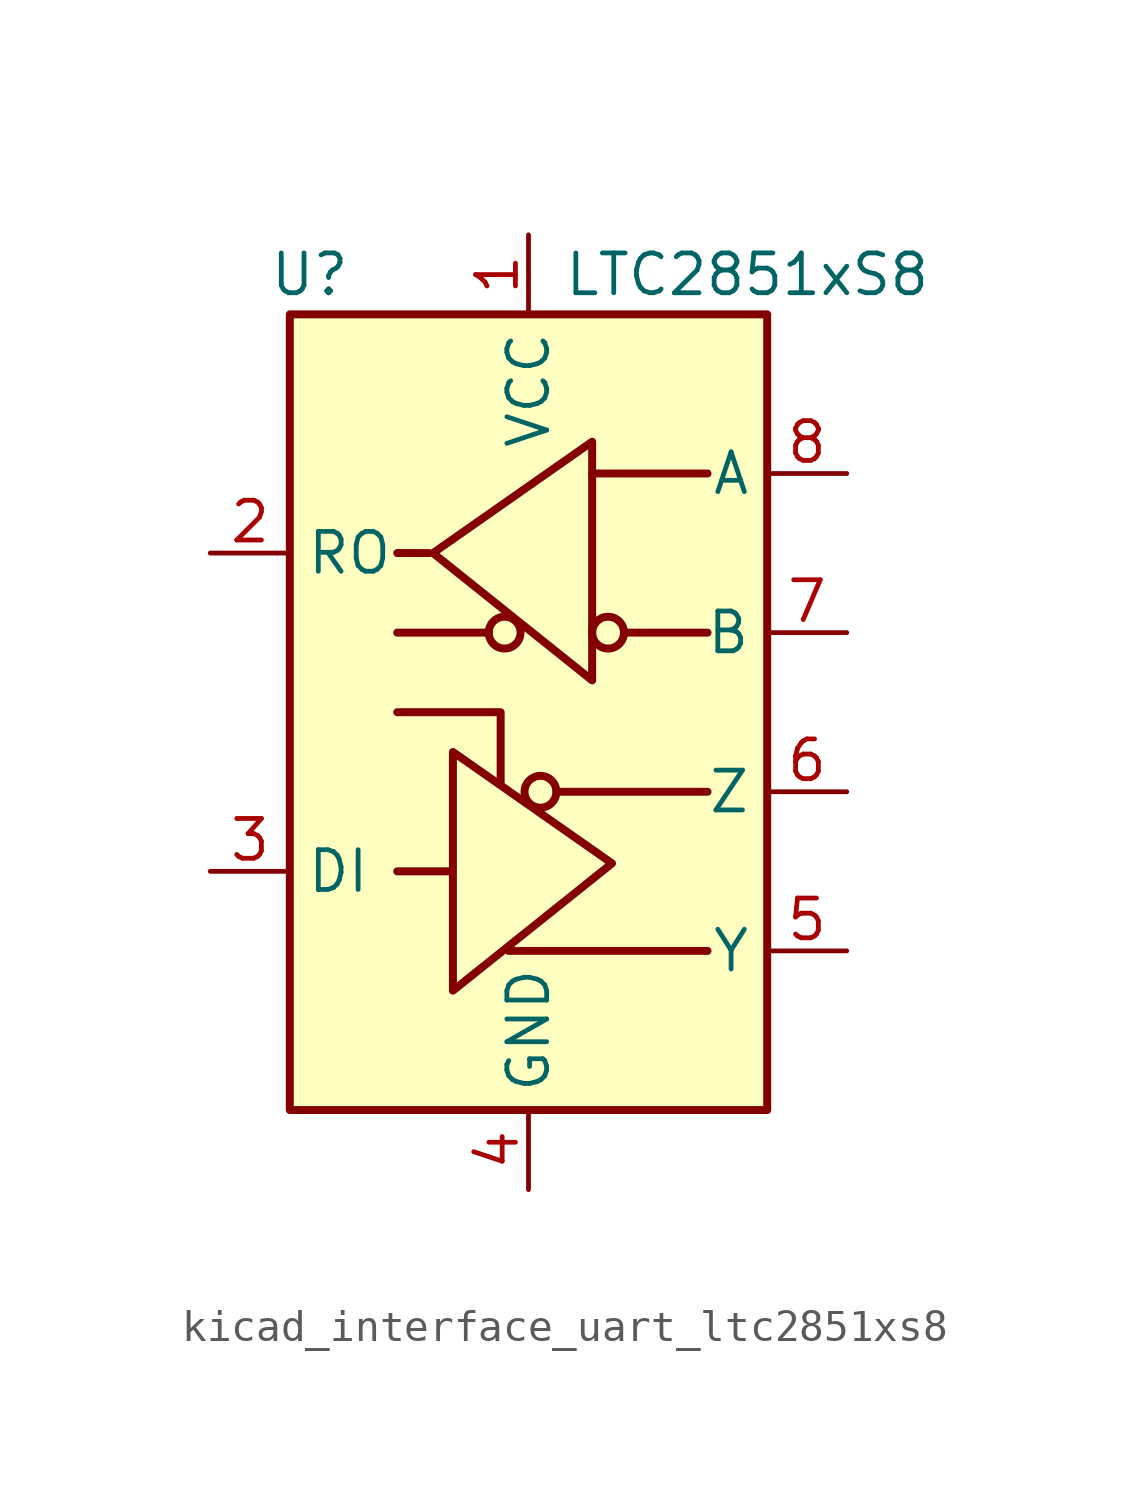
<source format=kicad_sym>
(kicad_symbol_lib
  (version 20220914)
  (generator kicad_symbol_editor)
  (symbol "kicad_interface_uart_ltc2851xs8"
    (property "Reference" "U"
      (at -6.985 13.97 0)
      (effects (font (size 1.27 1.27))))
    (property "Value" "LTC2851xS8"
      (at 6.985 13.97 0)
      (effects (font (size 1.27 1.27))))
    (symbol "kicad_interface_uart_ltc2851xs8_0_1"
      (rectangle (start -7.62 12.7) (end 7.62 -12.7) (stroke (width 0.254) (type default)) (fill (type background))))
    (symbol "kicad_interface_uart_ltc2851xs8_1_1"
      (circle (center -0.762 2.54) (radius 0.508) (stroke (width 0.254) (type default)) (fill (type none)))
      (polyline (pts (xy -4.191 2.54) (xy -1.27 2.54)) (stroke (width 0.254) (type default)) (fill (type none)))
      (polyline (pts (xy -2.54 -5.08) (xy -4.191 -5.08)) (stroke (width 0.254) (type default)) (fill (type none)))
      (polyline (pts (xy -0.635 -7.62) (xy 5.715 -7.62)) (stroke (width 0.254) (type default)) (fill (type none)))
      (polyline (pts (xy 0.889 -2.54) (xy 5.715 -2.54)) (stroke (width 0.254) (type default)) (fill (type none)))
      (polyline (pts (xy 2.032 7.62) (xy 5.715 7.62)) (stroke (width 0.254) (type default)) (fill (type none)))
      (polyline (pts (xy 3.048 2.54) (xy 5.715 2.54)) (stroke (width 0.254) (type default)) (fill (type none)))
      (polyline (pts (xy -4.191 0) (xy -0.889 0) (xy -0.889 -2.286)) (stroke (width 0.254) (type default)) (fill (type none)))
      (polyline (pts (xy -3.175 5.08) (xy -4.191 5.08) (xy -4.064 5.08)) (stroke (width 0.254) (type default)) (fill (type none)))
      (polyline (pts (xy -2.413 -5.08) (xy -2.413 -1.27) (xy 2.667 -4.826) (xy -2.413 -8.89) (xy -2.413 -5.08)) (stroke (width 0.254) (type default)) (fill (type none)))
      (polyline (pts (xy 2.032 4.826) (xy 2.032 8.636) (xy -3.048 5.08) (xy 2.032 1.016) (xy 2.032 4.826)) (stroke (width 0.254) (type default)) (fill (type none)))
      (circle (center 0.381 -2.54) (radius 0.508) (stroke (width 0.254) (type default)) (fill (type none)))
      (circle (center 2.54 2.54) (radius 0.508) (stroke (width 0.254) (type default)) (fill (type none)))
      (pin power_in line (at 0 15.24 270) (length 2.54) (name "VCC" (effects (font (size 1.27 1.27)))) (number "1" (effects (font (size 1.27 1.27)))))
      (pin output line (at -10.16 5.08 0) (length 2.54) (name "RO" (effects (font (size 1.27 1.27)))) (number "2" (effects (font (size 1.27 1.27)))))
      (pin input line (at -10.16 -5.08 0) (length 2.54) (name "DI" (effects (font (size 1.27 1.27)))) (number "3" (effects (font (size 1.27 1.27)))))
      (pin power_in line (at 0 -15.24 90) (length 2.54) (name "GND" (effects (font (size 1.27 1.27)))) (number "4" (effects (font (size 1.27 1.27)))))
      (pin output line (at 10.16 -7.62 180) (length 2.54) (name "Y" (effects (font (size 1.27 1.27)))) (number "5" (effects (font (size 1.27 1.27)))))
      (pin output line (at 10.16 -2.54 180) (length 2.54) (name "Z" (effects (font (size 1.27 1.27)))) (number "6" (effects (font (size 1.27 1.27)))))
      (pin input line (at 10.16 2.54 180) (length 2.54) (name "B" (effects (font (size 1.27 1.27)))) (number "7" (effects (font (size 1.27 1.27)))))
      (pin input line (at 10.16 7.62 180) (length 2.54) (name "A" (effects (font (size 1.27 1.27)))) (number "8" (effects (font (size 1.27 1.27))))))))
</source>
